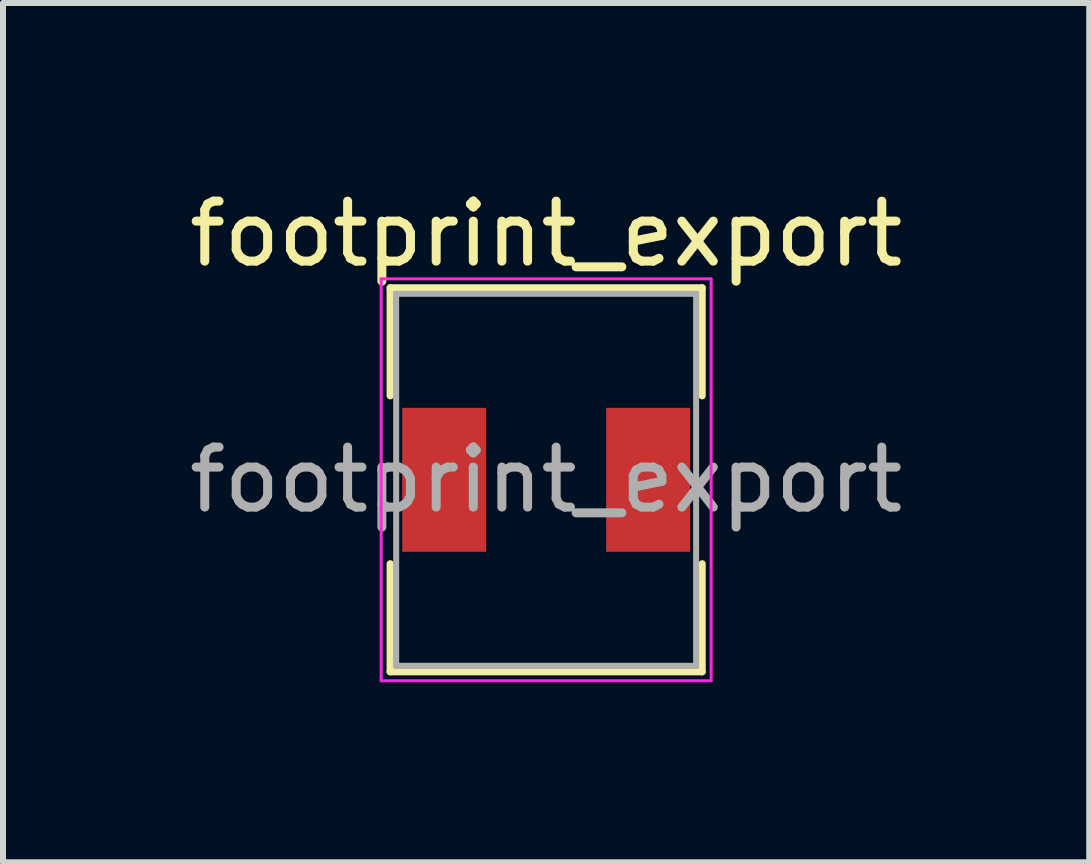
<source format=kicad_pcb>
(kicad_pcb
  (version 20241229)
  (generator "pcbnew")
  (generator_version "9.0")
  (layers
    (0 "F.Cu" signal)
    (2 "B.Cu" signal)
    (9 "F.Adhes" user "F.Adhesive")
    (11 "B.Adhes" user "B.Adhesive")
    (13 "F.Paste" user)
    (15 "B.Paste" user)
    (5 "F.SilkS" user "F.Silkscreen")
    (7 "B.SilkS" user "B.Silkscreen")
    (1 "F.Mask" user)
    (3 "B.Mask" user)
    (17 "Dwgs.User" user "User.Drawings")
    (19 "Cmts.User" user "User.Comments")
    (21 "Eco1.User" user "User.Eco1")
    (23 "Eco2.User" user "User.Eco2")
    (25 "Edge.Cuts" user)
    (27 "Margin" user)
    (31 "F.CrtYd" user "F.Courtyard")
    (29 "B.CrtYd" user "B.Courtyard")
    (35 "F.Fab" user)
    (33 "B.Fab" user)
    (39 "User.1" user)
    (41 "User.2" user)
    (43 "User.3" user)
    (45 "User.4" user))
  (footprint "footprint_export"
    (layer "F.Cu")
    (at 6.054 4.948)
    (property "Reference" "footprint_export" (at 0 -4.1 0) (layer "F.SilkS") (effects (font (size 1 1) (thickness 0.15))))
    (attr smd)
    (fp_line (start -2.6 -3.2) (end 2.6 -3.2) (stroke (width 0.12) (type solid)) (layer "F.SilkS"))
    (fp_line (start -2.6 -1.4) (end -2.6 -3.2) (stroke (width 0.12) (type solid)) (layer "F.SilkS"))
    (fp_line (start -2.6 3.2) (end -2.6 1.4) (stroke (width 0.12) (type solid)) (layer "F.SilkS"))
    (fp_line (start 2.6 -3.2) (end 2.6 -1.4) (stroke (width 0.12) (type solid)) (layer "F.SilkS"))
    (fp_line (start 2.6 1.4) (end 2.6 3.2) (stroke (width 0.12) (type solid)) (layer "F.SilkS"))
    (fp_line (start 2.6 3.2) (end -2.6 3.2) (stroke (width 0.12) (type solid)) (layer "F.SilkS"))
    (fp_line (start -2.75 -3.35) (end -2.75 3.35) (stroke (width 0.05) (type solid)) (layer "F.CrtYd"))
    (fp_line (start -2.75 -3.35) (end 2.75 -3.35) (stroke (width 0.05) (type solid)) (layer "F.CrtYd"))
    (fp_line (start 2.75 3.35) (end -2.75 3.35) (stroke (width 0.05) (type solid)) (layer "F.CrtYd"))
    (fp_line (start 2.75 3.35) (end 2.75 -3.35) (stroke (width 0.05) (type solid)) (layer "F.CrtYd"))
    (fp_line (start -2.5 -3.1) (end 2.5 -3.1) (stroke (width 0.1) (type solid)) (layer "F.Fab"))
    (fp_line (start -2.5 3.1) (end -2.5 -3.1) (stroke (width 0.1) (type solid)) (layer "F.Fab"))
    (fp_line (start 2.5 -3.1) (end 2.5 3.1) (stroke (width 0.1) (type solid)) (layer "F.Fab"))
    (fp_line (start 2.5 3.1) (end -2.5 3.1) (stroke (width 0.1) (type solid)) (layer "F.Fab"))
    (fp_text user "${REFERENCE}" (at 0 0 0) (layer "F.Fab") (effects (font (size 1 1) (thickness 0.15))))
    (pad "1" smd rect (at -1.7 0) (size 1.4 2.4) (layers "F.Cu" "F.Mask" "F.Paste"))
    (pad "2" smd rect (at 1.7 0) (size 1.4 2.4) (layers "F.Cu" "F.Mask" "F.Paste")))
  (gr_rect
    (start -3 -3)
    (end 15.107 11.323)
    (stroke (width 0.1) (type default))
    (fill no)
    (layer "Edge.Cuts")))
</source>
